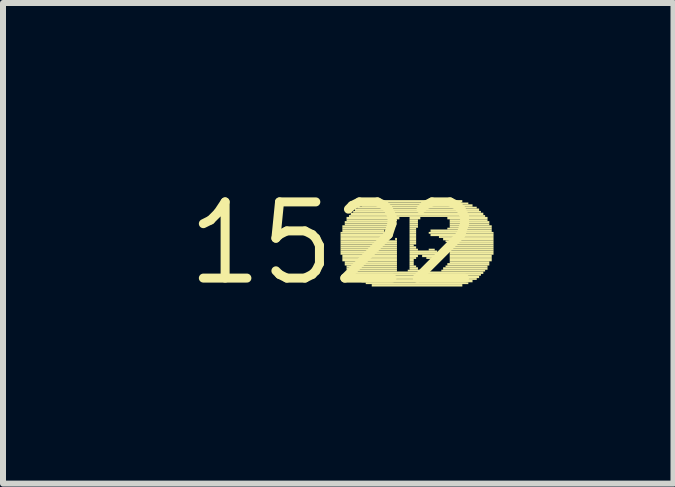
<source format=kicad_pcb>
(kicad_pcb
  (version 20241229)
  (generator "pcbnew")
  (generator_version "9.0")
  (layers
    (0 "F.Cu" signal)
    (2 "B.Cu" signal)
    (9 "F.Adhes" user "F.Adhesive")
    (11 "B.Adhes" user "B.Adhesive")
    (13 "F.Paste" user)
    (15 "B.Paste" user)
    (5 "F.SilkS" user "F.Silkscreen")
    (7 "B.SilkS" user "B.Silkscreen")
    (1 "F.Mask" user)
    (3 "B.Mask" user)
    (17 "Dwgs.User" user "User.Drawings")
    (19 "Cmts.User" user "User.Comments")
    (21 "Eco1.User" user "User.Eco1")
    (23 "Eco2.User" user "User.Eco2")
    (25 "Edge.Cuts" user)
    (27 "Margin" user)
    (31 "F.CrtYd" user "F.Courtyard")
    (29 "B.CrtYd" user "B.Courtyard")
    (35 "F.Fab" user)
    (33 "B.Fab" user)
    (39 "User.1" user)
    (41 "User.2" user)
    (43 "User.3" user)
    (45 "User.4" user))
  (footprint "1522"
    (layer "F.Cu")
    (at 2.517 1.006)
    (property "Reference" "1522" (at 0 0 0) (layer "F.SilkS") (effects (font (size 1.27 1.27) (thickness 0.15))))
    (fp_poly (pts (xy 0.11 -0.16) (xy 0.84 -0.16) (xy 0.84 -0.19) (xy 0.11 -0.19)) (stroke (width 0) (type solid)) (fill yes) (layer "F.SilkS"))
    (fp_poly (pts (xy 0.11 -0.12) (xy 0.84 -0.12) (xy 0.84 -0.16) (xy 0.11 -0.16)) (stroke (width 0) (type solid)) (fill yes) (layer "F.SilkS"))
    (fp_poly (pts (xy 0.11 -0.09) (xy 0.84 -0.09) (xy 0.84 -0.12) (xy 0.11 -0.12)) (stroke (width 0) (type solid)) (fill yes) (layer "F.SilkS"))
    (fp_poly (pts (xy 0.11 -0.05) (xy 0.88 -0.05) (xy 0.88 -0.09) (xy 0.11 -0.09)) (stroke (width 0) (type solid)) (fill yes) (layer "F.SilkS"))
    (fp_poly (pts (xy 0.11 -0.02) (xy 1.05 -0.02) (xy 1.05 -0.05) (xy 0.11 -0.05)) (stroke (width 0) (type solid)) (fill yes) (layer "F.SilkS"))
    (fp_poly (pts (xy 0.11 0.02) (xy 1.05 0.02) (xy 1.05 -0.02) (xy 0.11 -0.02)) (stroke (width 0) (type solid)) (fill yes) (layer "F.SilkS"))
    (fp_poly (pts (xy 0.11 0.05) (xy 1.05 0.05) (xy 1.05 0.02) (xy 0.11 0.02)) (stroke (width 0) (type solid)) (fill yes) (layer "F.SilkS"))
    (fp_poly (pts (xy 0.11 0.09) (xy 1.05 0.09) (xy 1.05 0.05) (xy 0.11 0.05)) (stroke (width 0) (type solid)) (fill yes) (layer "F.SilkS"))
    (fp_poly (pts (xy 0.11 0.12) (xy 1.05 0.12) (xy 1.05 0.09) (xy 0.11 0.09)) (stroke (width 0) (type solid)) (fill yes) (layer "F.SilkS"))
    (fp_poly (pts (xy 0.11 0.16) (xy 1.05 0.16) (xy 1.05 0.12) (xy 0.11 0.12)) (stroke (width 0) (type solid)) (fill yes) (layer "F.SilkS"))
    (fp_poly (pts (xy 0.11 0.19) (xy 1.05 0.19) (xy 1.05 0.16) (xy 0.11 0.16)) (stroke (width 0) (type solid)) (fill yes) (layer "F.SilkS"))
    (fp_poly (pts (xy 0.14 -0.26) (xy 0.91 -0.26) (xy 0.91 -0.3) (xy 0.14 -0.3)) (stroke (width 0) (type solid)) (fill yes) (layer "F.SilkS"))
    (fp_poly (pts (xy 0.14 -0.23) (xy 0.88 -0.23) (xy 0.88 -0.26) (xy 0.14 -0.26)) (stroke (width 0) (type solid)) (fill yes) (layer "F.SilkS"))
    (fp_poly (pts (xy 0.14 -0.19) (xy 0.84 -0.19) (xy 0.84 -0.23) (xy 0.14 -0.23)) (stroke (width 0) (type solid)) (fill yes) (layer "F.SilkS"))
    (fp_poly (pts (xy 0.14 0.23) (xy 1.05 0.23) (xy 1.05 0.19) (xy 0.14 0.19)) (stroke (width 0) (type solid)) (fill yes) (layer "F.SilkS"))
    (fp_poly (pts (xy 0.14 0.26) (xy 1.05 0.26) (xy 1.05 0.23) (xy 0.14 0.23)) (stroke (width 0) (type solid)) (fill yes) (layer "F.SilkS"))
    (fp_poly (pts (xy 0.14 0.3) (xy 1.05 0.3) (xy 1.05 0.26) (xy 0.14 0.26)) (stroke (width 0) (type solid)) (fill yes) (layer "F.SilkS"))
    (fp_poly (pts (xy 0.18 -0.33) (xy 1.02 -0.33) (xy 1.02 -0.37) (xy 0.18 -0.37)) (stroke (width 0) (type solid)) (fill yes) (layer "F.SilkS"))
    (fp_poly (pts (xy 0.18 -0.3) (xy 0.95 -0.3) (xy 0.95 -0.33) (xy 0.18 -0.33)) (stroke (width 0) (type solid)) (fill yes) (layer "F.SilkS"))
    (fp_poly (pts (xy 0.18 0.33) (xy 1.05 0.33) (xy 1.05 0.3) (xy 0.18 0.3)) (stroke (width 0) (type solid)) (fill yes) (layer "F.SilkS"))
    (fp_poly (pts (xy 0.18 0.37) (xy 1.05 0.37) (xy 1.05 0.33) (xy 0.18 0.33)) (stroke (width 0) (type solid)) (fill yes) (layer "F.SilkS"))
    (fp_poly (pts (xy 0.21 -0.4) (xy 1.09 -0.4) (xy 1.09 -0.44) (xy 0.21 -0.44)) (stroke (width 0) (type solid)) (fill yes) (layer "F.SilkS"))
    (fp_poly (pts (xy 0.21 -0.37) (xy 1.05 -0.37) (xy 1.05 -0.4) (xy 0.21 -0.4)) (stroke (width 0) (type solid)) (fill yes) (layer "F.SilkS"))
    (fp_poly (pts (xy 0.21 0.4) (xy 1.05 0.4) (xy 1.05 0.37) (xy 0.21 0.37)) (stroke (width 0) (type solid)) (fill yes) (layer "F.SilkS"))
    (fp_poly (pts (xy 0.21 0.44) (xy 1.05 0.44) (xy 1.05 0.4) (xy 0.21 0.4)) (stroke (width 0) (type solid)) (fill yes) (layer "F.SilkS"))
    (fp_poly (pts (xy 0.25 -0.44) (xy 2.52 -0.44) (xy 2.52 -0.47) (xy 0.25 -0.47)) (stroke (width 0) (type solid)) (fill yes) (layer "F.SilkS"))
    (fp_poly (pts (xy 0.25 0.47) (xy 1.05 0.47) (xy 1.05 0.44) (xy 0.25 0.44)) (stroke (width 0) (type solid)) (fill yes) (layer "F.SilkS"))
    (fp_poly (pts (xy 0.28 -0.47) (xy 2.49 -0.47) (xy 2.49 -0.51) (xy 0.28 -0.51)) (stroke (width 0) (type solid)) (fill yes) (layer "F.SilkS"))
    (fp_poly (pts (xy 0.28 0.51) (xy 2.49 0.51) (xy 2.49 0.47) (xy 0.28 0.47)) (stroke (width 0) (type solid)) (fill yes) (layer "F.SilkS"))
    (fp_poly (pts (xy 0.32 -0.51) (xy 2.45 -0.51) (xy 2.45 -0.54) (xy 0.32 -0.54)) (stroke (width 0) (type solid)) (fill yes) (layer "F.SilkS"))
    (fp_poly (pts (xy 0.32 0.54) (xy 2.45 0.54) (xy 2.45 0.51) (xy 0.32 0.51)) (stroke (width 0) (type solid)) (fill yes) (layer "F.SilkS"))
    (fp_poly (pts (xy 0.35 -0.54) (xy 2.42 -0.54) (xy 2.42 -0.58) (xy 0.35 -0.58)) (stroke (width 0) (type solid)) (fill yes) (layer "F.SilkS"))
    (fp_poly (pts (xy 0.35 0.58) (xy 2.42 0.58) (xy 2.42 0.54) (xy 0.35 0.54)) (stroke (width 0) (type solid)) (fill yes) (layer "F.SilkS"))
    (fp_poly (pts (xy 0.39 -0.58) (xy 2.38 -0.58) (xy 2.38 -0.61) (xy 0.39 -0.61)) (stroke (width 0) (type solid)) (fill yes) (layer "F.SilkS"))
    (fp_poly (pts (xy 0.39 0.61) (xy 2.38 0.61) (xy 2.38 0.58) (xy 0.39 0.58)) (stroke (width 0) (type solid)) (fill yes) (layer "F.SilkS"))
    (fp_poly (pts (xy 0.46 -0.61) (xy 2.31 -0.61) (xy 2.31 -0.65) (xy 0.46 -0.65)) (stroke (width 0) (type solid)) (fill yes) (layer "F.SilkS"))
    (fp_poly (pts (xy 0.46 0.65) (xy 2.31 0.65) (xy 2.31 0.61) (xy 0.46 0.61)) (stroke (width 0) (type solid)) (fill yes) (layer "F.SilkS"))
    (fp_poly (pts (xy 0.53 -0.65) (xy 2.24 -0.65) (xy 2.24 -0.68) (xy 0.53 -0.68)) (stroke (width 0) (type solid)) (fill yes) (layer "F.SilkS"))
    (fp_poly (pts (xy 0.53 0.68) (xy 2.24 0.68) (xy 2.24 0.65) (xy 0.53 0.65)) (stroke (width 0) (type solid)) (fill yes) (layer "F.SilkS"))
    (fp_poly (pts (xy 0.63 -0.68) (xy 2.14 -0.68) (xy 2.14 -0.72) (xy 0.63 -0.72)) (stroke (width 0) (type solid)) (fill yes) (layer "F.SilkS"))
    (fp_poly (pts (xy 0.63 0.72) (xy 2.14 0.72) (xy 2.14 0.68) (xy 0.63 0.68)) (stroke (width 0) (type solid)) (fill yes) (layer "F.SilkS"))
    (fp_poly (pts (xy 1.02 -0.05) (xy 1.05 -0.05) (xy 1.05 -0.09) (xy 1.02 -0.09)) (stroke (width 0) (type solid)) (fill yes) (layer "F.SilkS"))
    (fp_poly (pts (xy 1.23 0.47) (xy 1.47 0.47) (xy 1.47 0.44) (xy 1.23 0.44)) (stroke (width 0) (type solid)) (fill yes) (layer "F.SilkS"))
    (fp_poly (pts (xy 1.26 -0.4) (xy 1.44 -0.4) (xy 1.44 -0.44) (xy 1.26 -0.44)) (stroke (width 0) (type solid)) (fill yes) (layer "F.SilkS"))
    (fp_poly (pts (xy 1.26 -0.37) (xy 1.4 -0.37) (xy 1.4 -0.4) (xy 1.26 -0.4)) (stroke (width 0) (type solid)) (fill yes) (layer "F.SilkS"))
    (fp_poly (pts (xy 1.26 -0.33) (xy 1.4 -0.33) (xy 1.4 -0.37) (xy 1.26 -0.37)) (stroke (width 0) (type solid)) (fill yes) (layer "F.SilkS"))
    (fp_poly (pts (xy 1.26 -0.3) (xy 1.4 -0.3) (xy 1.4 -0.33) (xy 1.26 -0.33)) (stroke (width 0) (type solid)) (fill yes) (layer "F.SilkS"))
    (fp_poly (pts (xy 1.26 -0.26) (xy 1.4 -0.26) (xy 1.4 -0.3) (xy 1.26 -0.3)) (stroke (width 0) (type solid)) (fill yes) (layer "F.SilkS"))
    (fp_poly (pts (xy 1.26 -0.23) (xy 1.37 -0.23) (xy 1.37 -0.26) (xy 1.26 -0.26)) (stroke (width 0) (type solid)) (fill yes) (layer "F.SilkS"))
    (fp_poly (pts (xy 1.26 -0.19) (xy 1.37 -0.19) (xy 1.37 -0.23) (xy 1.26 -0.23)) (stroke (width 0) (type solid)) (fill yes) (layer "F.SilkS"))
    (fp_poly (pts (xy 1.26 -0.16) (xy 1.37 -0.16) (xy 1.37 -0.19) (xy 1.26 -0.19)) (stroke (width 0) (type solid)) (fill yes) (layer "F.SilkS"))
    (fp_poly (pts (xy 1.26 -0.12) (xy 1.37 -0.12) (xy 1.37 -0.16) (xy 1.26 -0.16)) (stroke (width 0) (type solid)) (fill yes) (layer "F.SilkS"))
    (fp_poly (pts (xy 1.26 -0.09) (xy 1.37 -0.09) (xy 1.37 -0.12) (xy 1.26 -0.12)) (stroke (width 0) (type solid)) (fill yes) (layer "F.SilkS"))
    (fp_poly (pts (xy 1.26 -0.05) (xy 1.37 -0.05) (xy 1.37 -0.09) (xy 1.26 -0.09)) (stroke (width 0) (type solid)) (fill yes) (layer "F.SilkS"))
    (fp_poly (pts (xy 1.26 -0.02) (xy 1.37 -0.02) (xy 1.37 -0.05) (xy 1.26 -0.05)) (stroke (width 0) (type solid)) (fill yes) (layer "F.SilkS"))
    (fp_poly (pts (xy 1.26 0.02) (xy 1.37 0.02) (xy 1.37 -0.02) (xy 1.26 -0.02)) (stroke (width 0) (type solid)) (fill yes) (layer "F.SilkS"))
    (fp_poly (pts (xy 1.26 0.05) (xy 1.33 0.05) (xy 1.33 0.02) (xy 1.26 0.02)) (stroke (width 0) (type solid)) (fill yes) (layer "F.SilkS"))
    (fp_poly (pts (xy 1.26 0.09) (xy 1.37 0.09) (xy 1.37 0.05) (xy 1.26 0.05)) (stroke (width 0) (type solid)) (fill yes) (layer "F.SilkS"))
    (fp_poly (pts (xy 1.26 0.12) (xy 1.4 0.12) (xy 1.4 0.09) (xy 1.26 0.09)) (stroke (width 0) (type solid)) (fill yes) (layer "F.SilkS"))
    (fp_poly (pts (xy 1.26 0.16) (xy 1.72 0.16) (xy 1.72 0.12) (xy 1.26 0.12)) (stroke (width 0) (type solid)) (fill yes) (layer "F.SilkS"))
    (fp_poly (pts (xy 1.26 0.19) (xy 1.72 0.19) (xy 1.72 0.16) (xy 1.26 0.16)) (stroke (width 0) (type solid)) (fill yes) (layer "F.SilkS"))
    (fp_poly (pts (xy 1.26 0.23) (xy 1.4 0.23) (xy 1.4 0.19) (xy 1.26 0.19)) (stroke (width 0) (type solid)) (fill yes) (layer "F.SilkS"))
    (fp_poly (pts (xy 1.26 0.26) (xy 1.37 0.26) (xy 1.37 0.23) (xy 1.26 0.23)) (stroke (width 0) (type solid)) (fill yes) (layer "F.SilkS"))
    (fp_poly (pts (xy 1.26 0.3) (xy 1.33 0.3) (xy 1.33 0.26) (xy 1.26 0.26)) (stroke (width 0) (type solid)) (fill yes) (layer "F.SilkS"))
    (fp_poly (pts (xy 1.26 0.33) (xy 1.33 0.33) (xy 1.33 0.3) (xy 1.26 0.3)) (stroke (width 0) (type solid)) (fill yes) (layer "F.SilkS"))
    (fp_poly (pts (xy 1.26 0.37) (xy 1.33 0.37) (xy 1.33 0.33) (xy 1.26 0.33)) (stroke (width 0) (type solid)) (fill yes) (layer "F.SilkS"))
    (fp_poly (pts (xy 1.26 0.4) (xy 1.37 0.4) (xy 1.37 0.37) (xy 1.26 0.37)) (stroke (width 0) (type solid)) (fill yes) (layer "F.SilkS"))
    (fp_poly (pts (xy 1.26 0.44) (xy 1.4 0.44) (xy 1.4 0.4) (xy 1.26 0.4)) (stroke (width 0) (type solid)) (fill yes) (layer "F.SilkS"))
    (fp_poly (pts (xy 1.47 0.23) (xy 1.72 0.23) (xy 1.72 0.19) (xy 1.47 0.19)) (stroke (width 0) (type solid)) (fill yes) (layer "F.SilkS"))
    (fp_poly (pts (xy 1.54 0.26) (xy 1.68 0.26) (xy 1.68 0.23) (xy 1.54 0.23)) (stroke (width 0) (type solid)) (fill yes) (layer "F.SilkS"))
    (fp_poly (pts (xy 1.58 -0.16) (xy 2.66 -0.16) (xy 2.66 -0.19) (xy 1.58 -0.19)) (stroke (width 0) (type solid)) (fill yes) (layer "F.SilkS"))
    (fp_poly (pts (xy 1.58 0.12) (xy 1.68 0.12) (xy 1.68 0.09) (xy 1.58 0.09)) (stroke (width 0) (type solid)) (fill yes) (layer "F.SilkS"))
    (fp_poly (pts (xy 1.61 -0.19) (xy 2.63 -0.19) (xy 2.63 -0.23) (xy 1.61 -0.23)) (stroke (width 0) (type solid)) (fill yes) (layer "F.SilkS"))
    (fp_poly (pts (xy 1.61 -0.12) (xy 2.66 -0.12) (xy 2.66 -0.16) (xy 1.61 -0.16)) (stroke (width 0) (type solid)) (fill yes) (layer "F.SilkS"))
    (fp_poly (pts (xy 1.75 -0.09) (xy 2.66 -0.09) (xy 2.66 -0.12) (xy 1.75 -0.12)) (stroke (width 0) (type solid)) (fill yes) (layer "F.SilkS"))
    (fp_poly (pts (xy 1.79 0.47) (xy 2.52 0.47) (xy 2.52 0.44) (xy 1.79 0.44)) (stroke (width 0) (type solid)) (fill yes) (layer "F.SilkS"))
    (fp_poly (pts (xy 1.82 -0.05) (xy 2.66 -0.05) (xy 2.66 -0.09) (xy 1.82 -0.09)) (stroke (width 0) (type solid)) (fill yes) (layer "F.SilkS"))
    (fp_poly (pts (xy 1.82 0.44) (xy 2.56 0.44) (xy 2.56 0.4) (xy 1.82 0.4)) (stroke (width 0) (type solid)) (fill yes) (layer "F.SilkS"))
    (fp_poly (pts (xy 1.86 -0.02) (xy 2.66 -0.02) (xy 2.66 -0.05) (xy 1.86 -0.05)) (stroke (width 0) (type solid)) (fill yes) (layer "F.SilkS"))
    (fp_poly (pts (xy 1.86 0.4) (xy 2.56 0.4) (xy 2.56 0.37) (xy 1.86 0.37)) (stroke (width 0) (type solid)) (fill yes) (layer "F.SilkS"))
    (fp_poly (pts (xy 1.89 -0.4) (xy 2.56 -0.4) (xy 2.56 -0.44) (xy 1.89 -0.44)) (stroke (width 0) (type solid)) (fill yes) (layer "F.SilkS"))
    (fp_poly (pts (xy 1.89 -0.23) (xy 2.63 -0.23) (xy 2.63 -0.26) (xy 1.89 -0.26)) (stroke (width 0) (type solid)) (fill yes) (layer "F.SilkS"))
    (fp_poly (pts (xy 1.89 0.02) (xy 2.66 0.02) (xy 2.66 -0.02) (xy 1.89 -0.02)) (stroke (width 0) (type solid)) (fill yes) (layer "F.SilkS"))
    (fp_poly (pts (xy 1.89 0.37) (xy 2.59 0.37) (xy 2.59 0.33) (xy 1.89 0.33)) (stroke (width 0) (type solid)) (fill yes) (layer "F.SilkS"))
    (fp_poly (pts (xy 1.93 -0.37) (xy 2.56 -0.37) (xy 2.56 -0.4) (xy 1.93 -0.4)) (stroke (width 0) (type solid)) (fill yes) (layer "F.SilkS"))
    (fp_poly (pts (xy 1.93 -0.33) (xy 2.59 -0.33) (xy 2.59 -0.37) (xy 1.93 -0.37)) (stroke (width 0) (type solid)) (fill yes) (layer "F.SilkS"))
    (fp_poly (pts (xy 1.93 -0.3) (xy 2.59 -0.3) (xy 2.59 -0.33) (xy 1.93 -0.33)) (stroke (width 0) (type solid)) (fill yes) (layer "F.SilkS"))
    (fp_poly (pts (xy 1.93 -0.26) (xy 2.63 -0.26) (xy 2.63 -0.3) (xy 1.93 -0.3)) (stroke (width 0) (type solid)) (fill yes) (layer "F.SilkS"))
    (fp_poly (pts (xy 1.93 0.05) (xy 2.66 0.05) (xy 2.66 0.02) (xy 1.93 0.02)) (stroke (width 0) (type solid)) (fill yes) (layer "F.SilkS"))
    (fp_poly (pts (xy 1.93 0.09) (xy 2.66 0.09) (xy 2.66 0.05) (xy 1.93 0.05)) (stroke (width 0) (type solid)) (fill yes) (layer "F.SilkS"))
    (fp_poly (pts (xy 1.93 0.12) (xy 2.66 0.12) (xy 2.66 0.09) (xy 1.93 0.09)) (stroke (width 0) (type solid)) (fill yes) (layer "F.SilkS"))
    (fp_poly (pts (xy 1.93 0.16) (xy 2.66 0.16) (xy 2.66 0.12) (xy 1.93 0.12)) (stroke (width 0) (type solid)) (fill yes) (layer "F.SilkS"))
    (fp_poly (pts (xy 1.93 0.19) (xy 2.66 0.19) (xy 2.66 0.16) (xy 1.93 0.16)) (stroke (width 0) (type solid)) (fill yes) (layer "F.SilkS"))
    (fp_poly (pts (xy 1.93 0.23) (xy 2.63 0.23) (xy 2.63 0.19) (xy 1.93 0.19)) (stroke (width 0) (type solid)) (fill yes) (layer "F.SilkS"))
    (fp_poly (pts (xy 1.93 0.26) (xy 2.63 0.26) (xy 2.63 0.23) (xy 1.93 0.23)) (stroke (width 0) (type solid)) (fill yes) (layer "F.SilkS"))
    (fp_poly (pts (xy 1.93 0.3) (xy 2.63 0.3) (xy 2.63 0.26) (xy 1.93 0.26)) (stroke (width 0) (type solid)) (fill yes) (layer "F.SilkS"))
    (fp_poly (pts (xy 1.93 0.33) (xy 2.59 0.33) (xy 2.59 0.3) (xy 1.93 0.3)) (stroke (width 0) (type solid)) (fill yes) (layer "F.SilkS")))
  (gr_rect
    (start -3 -3)
    (end 8.177 5.012)
    (stroke (width 0.1) (type default))
    (fill no)
    (layer "Edge.Cuts")))
</source>
